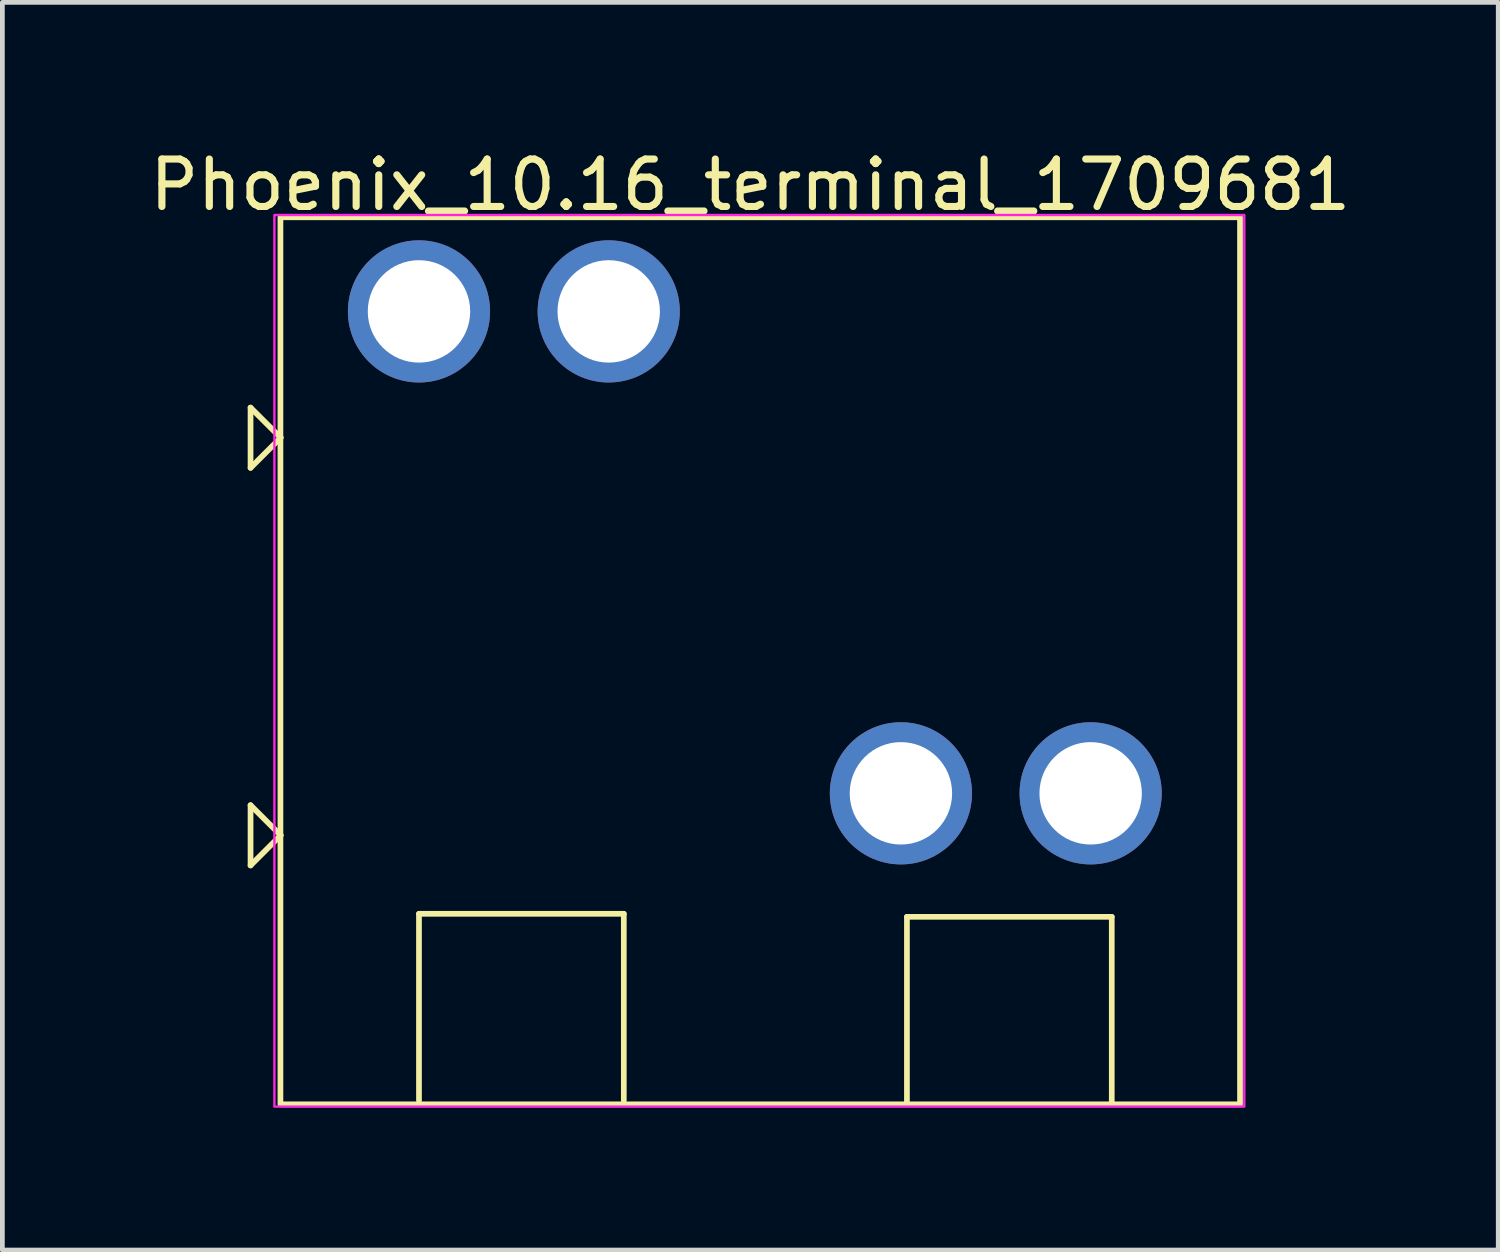
<source format=kicad_pcb>
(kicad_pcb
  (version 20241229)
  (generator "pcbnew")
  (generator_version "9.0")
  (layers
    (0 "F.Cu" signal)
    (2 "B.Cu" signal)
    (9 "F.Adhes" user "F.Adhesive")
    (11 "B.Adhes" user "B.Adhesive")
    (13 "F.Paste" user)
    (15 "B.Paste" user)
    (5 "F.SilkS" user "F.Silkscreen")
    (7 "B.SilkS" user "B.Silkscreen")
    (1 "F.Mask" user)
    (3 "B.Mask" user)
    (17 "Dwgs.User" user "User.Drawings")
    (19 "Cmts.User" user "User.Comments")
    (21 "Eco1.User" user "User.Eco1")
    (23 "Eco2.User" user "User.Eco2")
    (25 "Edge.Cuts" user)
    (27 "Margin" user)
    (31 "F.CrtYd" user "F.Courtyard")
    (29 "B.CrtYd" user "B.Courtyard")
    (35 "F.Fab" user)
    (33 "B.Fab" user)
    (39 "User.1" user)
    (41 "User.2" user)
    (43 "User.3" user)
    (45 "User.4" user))
  (footprint "Phoenix_10.16_terminal_1709681"
    (layer "F.Cu")
    (at 5.783 3.515)
    (property "Reference" "Phoenix_10.16_terminal_1709681" (at 6.985 -2.667 0) (layer "F.SilkS") (effects (font (size 1 1) (thickness 0.15))))
    (attr through_hole)
    (fp_line (start -3.551 2.028) (end -2.916 2.663) (stroke (width 0.12) (type solid)) (layer "F.SilkS"))
    (fp_line (start -3.551 3.298) (end -3.551 2.028) (stroke (width 0.12) (type solid)) (layer "F.SilkS"))
    (fp_line (start -3.551 10.41) (end -2.916 11.045) (stroke (width 0.12) (type solid)) (layer "F.SilkS"))
    (fp_line (start -3.551 11.68) (end -3.551 10.41) (stroke (width 0.12) (type solid)) (layer "F.SilkS"))
    (fp_line (start -2.916 2.663) (end -3.551 3.298) (stroke (width 0.12) (type solid)) (layer "F.SilkS"))
    (fp_line (start -2.916 11.045) (end -3.551 11.68) (stroke (width 0.12) (type solid)) (layer "F.SilkS"))
    (fp_line (start 0 12.7) (end 4.318 12.7) (stroke (width 0.12) (type solid)) (layer "F.SilkS"))
    (fp_line (start 0 16.637) (end 0 12.7) (stroke (width 0.12) (type solid)) (layer "F.SilkS"))
    (fp_line (start 4.318 12.7) (end 4.318 16.637) (stroke (width 0.12) (type solid)) (layer "F.SilkS"))
    (fp_line (start 10.287 12.764) (end 14.605 12.764) (stroke (width 0.12) (type solid)) (layer "F.SilkS"))
    (fp_line (start 10.287 16.701) (end 10.287 12.764) (stroke (width 0.12) (type solid)) (layer "F.SilkS"))
    (fp_line (start 14.605 12.764) (end 14.605 16.701) (stroke (width 0.12) (type solid)) (layer "F.SilkS"))
    (fp_rect (start -2.921 -1.984) (end 17.309 16.716) (stroke (width 0.12) (type solid)) (fill no) (layer "F.SilkS"))
    (fp_rect (start 17.399 16.764) (end -3.048 -2.032) (stroke (width 0.05) (type solid)) (fill no) (layer "F.CrtYd"))
    (pad "1" thru_hole circle (at 0 0) (size 2.997 2.997) (drill 2.159) (layers "*.Cu" "*.Mask"))
    (pad "1" thru_hole circle (at 4 0) (size 2.997 2.997) (drill 2.159) (layers "*.Cu" "*.Mask"))
    (pad "2" thru_hole circle (at 10.16 10.16) (size 2.997 2.997) (drill 2.159) (layers "*.Cu" "*.Mask"))
    (pad "2" thru_hole circle (at 14.16 10.16) (size 2.997 2.997) (drill 2.159) (layers "*.Cu" "*.Mask")))
  (gr_rect
    (start -3 -3)
    (end 28.536 23.304)
    (stroke (width 0.1) (type default))
    (fill no)
    (layer "Edge.Cuts")))
</source>
